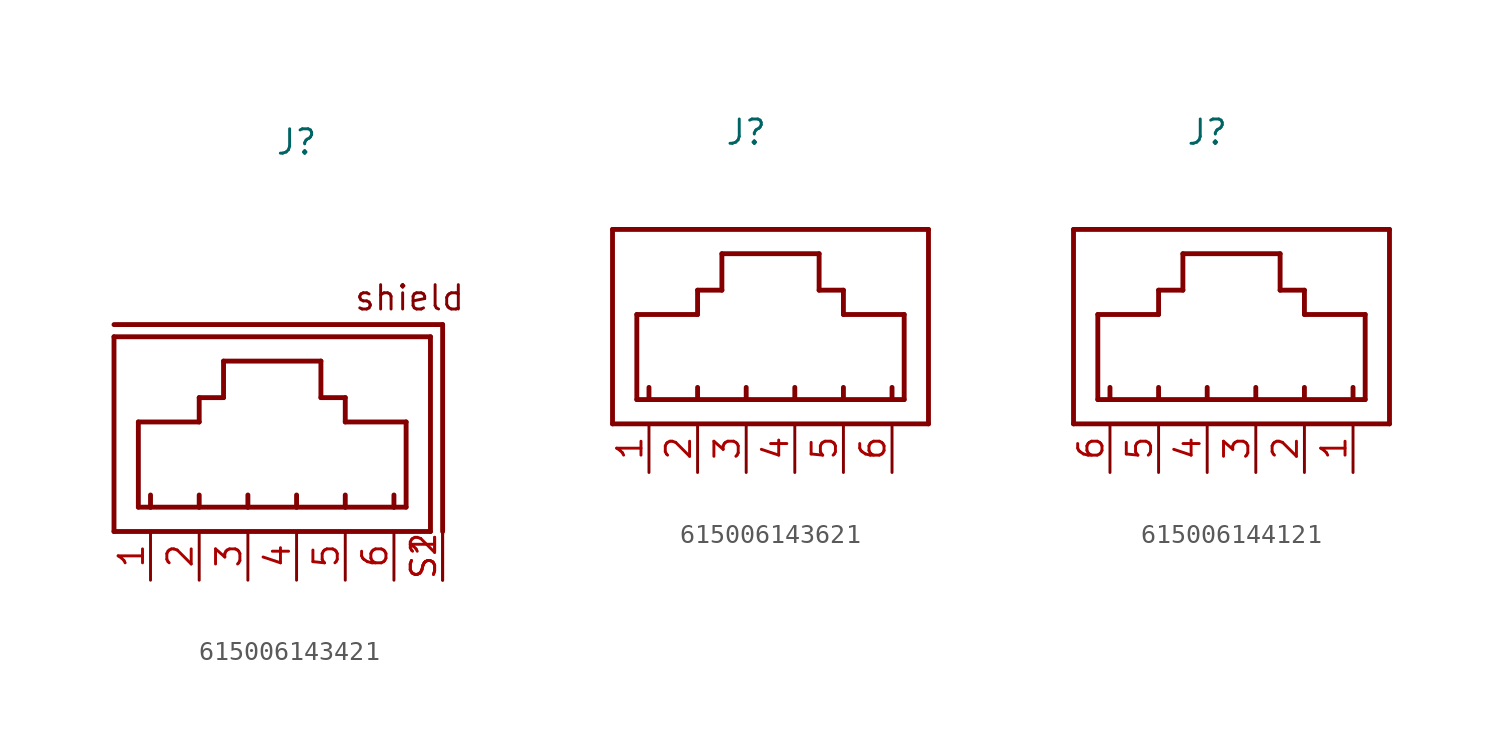
<source format=kicad_sym>
(kicad_symbol_lib
  (version 20241209)
  (generator "kicad_symbol_editor")
  (generator_version "9.0")
  (symbol "615006143421"
    (pin_names
      (hide yes))
    (property "Reference" "J"
      (at 0 15.24 0)
      (effects (font (size 1.27 1.27))))
    (symbol "615006143421_1_0"
      (polyline (pts (xy -9.525 5.715) (xy 7.62 5.715)) (stroke (width 0.254) (type solid)) (fill (type none)))
      (polyline (pts (xy -9.525 5.08) (xy 6.985 5.08)) (stroke (width 0.254) (type solid)) (fill (type none)))
      (polyline (pts (xy -9.525 -5.08) (xy -9.525 5.08)) (stroke (width 0.254) (type solid)) (fill (type none)))
      (polyline (pts (xy -8.255 0.635) (xy -5.08 0.635)) (stroke (width 0.254) (type solid)) (fill (type none)))
      (polyline (pts (xy -8.255 -3.81) (xy -8.255 0.635)) (stroke (width 0.254) (type solid)) (fill (type none)))
      (polyline (pts (xy -7.62 -3.81) (xy -8.255 -3.81)) (stroke (width 0.254) (type solid)) (fill (type none)))
      (polyline (pts (xy -7.62 -3.81) (xy -7.62 -3.175)) (stroke (width 0.254) (type solid)) (fill (type none)))
      (polyline (pts (xy -5.08 1.905) (xy -3.81 1.905)) (stroke (width 0.254) (type solid)) (fill (type none)))
      (polyline (pts (xy -5.08 0.635) (xy -5.08 1.905)) (stroke (width 0.254) (type solid)) (fill (type none)))
      (polyline (pts (xy -5.08 -3.81) (xy -7.62 -3.81)) (stroke (width 0.254) (type solid)) (fill (type none)))
      (polyline (pts (xy -5.08 -3.81) (xy -5.08 -3.175)) (stroke (width 0.254) (type solid)) (fill (type none)))
      (polyline (pts (xy -3.81 3.81) (xy 1.27 3.81)) (stroke (width 0.254) (type solid)) (fill (type none)))
      (polyline (pts (xy -3.81 1.905) (xy -3.81 3.81)) (stroke (width 0.254) (type solid)) (fill (type none)))
      (polyline (pts (xy -2.54 -3.81) (xy -5.08 -3.81)) (stroke (width 0.254) (type solid)) (fill (type none)))
      (polyline (pts (xy -2.54 -3.81) (xy -2.54 -3.175)) (stroke (width 0.254) (type solid)) (fill (type none)))
      (polyline (pts (xy 0 -3.81) (xy -2.54 -3.81)) (stroke (width 0.254) (type solid)) (fill (type none)))
      (polyline (pts (xy 0 -3.81) (xy 0 -3.175)) (stroke (width 0.254) (type solid)) (fill (type none)))
      (polyline (pts (xy 1.27 1.905) (xy 1.27 3.81)) (stroke (width 0.254) (type solid)) (fill (type none)))
      (polyline (pts (xy 2.54 1.905) (xy 1.27 1.905)) (stroke (width 0.254) (type solid)) (fill (type none)))
      (polyline (pts (xy 2.54 0.635) (xy 2.54 1.905)) (stroke (width 0.254) (type solid)) (fill (type none)))
      (polyline (pts (xy 2.54 -3.81) (xy 0 -3.81)) (stroke (width 0.254) (type solid)) (fill (type none)))
      (polyline (pts (xy 2.54 -3.81) (xy 2.54 -3.175)) (stroke (width 0.254) (type solid)) (fill (type none)))
      (polyline (pts (xy 5.08 -3.81) (xy 2.54 -3.81)) (stroke (width 0.254) (type solid)) (fill (type none)))
      (polyline (pts (xy 5.08 -3.81) (xy 5.08 -3.175)) (stroke (width 0.254) (type solid)) (fill (type none)))
      (polyline (pts (xy 5.715 0.635) (xy 2.54 0.635)) (stroke (width 0.254) (type solid)) (fill (type none)))
      (polyline (pts (xy 5.715 0.635) (xy 5.715 -3.81)) (stroke (width 0.254) (type solid)) (fill (type none)))
      (polyline (pts (xy 5.715 -3.81) (xy 5.08 -3.81)) (stroke (width 0.254) (type solid)) (fill (type none)))
      (polyline (pts (xy 6.985 5.08) (xy 6.985 -5.08)) (stroke (width 0.254) (type solid)) (fill (type none)))
      (polyline (pts (xy 6.985 -5.08) (xy -9.525 -5.08)) (stroke (width 0.254) (type solid)) (fill (type none)))
      (polyline (pts (xy 7.62 5.715) (xy 7.62 -5.08)) (stroke (width 0.254) (type solid)) (fill (type none)))
      (text "shield" (at 2.955 6.365 0) (effects (font (size 1.27 1.27)) (justify left bottom)))
      (pin passive line (at -7.62 -7.62 90) (length 2.54) (name "1" (effects (font (size 1.27 1.27)))) (number "1" (effects (font (size 1.27 1.27)))))
      (pin passive line (at -5.08 -7.62 90) (length 2.54) (name "2" (effects (font (size 1.27 1.27)))) (number "2" (effects (font (size 1.27 1.27)))))
      (pin passive line (at -2.54 -7.62 90) (length 2.54) (name "3" (effects (font (size 1.27 1.27)))) (number "3" (effects (font (size 1.27 1.27)))))
      (pin passive line (at 0 -7.62 90) (length 2.54) (name "4" (effects (font (size 1.27 1.27)))) (number "4" (effects (font (size 1.27 1.27)))))
      (pin passive line (at 2.54 -7.62 90) (length 2.54) (name "5" (effects (font (size 1.27 1.27)))) (number "5" (effects (font (size 1.27 1.27)))))
      (pin passive line (at 5.08 -7.62 90) (length 2.54) (name "6" (effects (font (size 1.27 1.27)))) (number "6" (effects (font (size 1.27 1.27)))))
      (pin passive line (at 7.62 -7.62 90) (length 2.54) (name "SHIELD" (effects (font (size 1.27 1.27)))) (number "S1" (effects (font (size 1.27 1.27)))))
      (pin passive line (at 7.62 -7.62 90) (length 2.54) (name "SHIELD" (effects (font (size 1.27 1.27)))) (number "S2" (effects (font (size 1.27 1.27)))))))
  (symbol "615006143621"
    (pin_names
      (hide yes))
    (property "Reference" "J"
      (at 0 10.16 0)
      (effects (font (size 1.27 1.27))))
    (symbol "615006143621_1_0"
      (polyline (pts (xy -6.985 5.08) (xy 9.525 5.08)) (stroke (width 0.254) (type solid)) (fill (type none)))
      (polyline (pts (xy -6.985 -5.08) (xy -6.985 5.08)) (stroke (width 0.254) (type solid)) (fill (type none)))
      (polyline (pts (xy -6.985 -5.08) (xy 9.525 -5.08)) (stroke (width 0.254) (type solid)) (fill (type none)))
      (polyline (pts (xy -5.715 0.635) (xy -2.54 0.635)) (stroke (width 0.254) (type solid)) (fill (type none)))
      (polyline (pts (xy -5.715 -3.81) (xy -5.715 0.635)) (stroke (width 0.254) (type solid)) (fill (type none)))
      (polyline (pts (xy -5.08 -3.81) (xy -5.715 -3.81)) (stroke (width 0.254) (type solid)) (fill (type none)))
      (polyline (pts (xy -5.08 -3.81) (xy -5.08 -3.175)) (stroke (width 0.254) (type solid)) (fill (type none)))
      (polyline (pts (xy -2.54 1.905) (xy -1.27 1.905)) (stroke (width 0.254) (type solid)) (fill (type none)))
      (polyline (pts (xy -2.54 0.635) (xy -2.54 1.905)) (stroke (width 0.254) (type solid)) (fill (type none)))
      (polyline (pts (xy -2.54 -3.81) (xy -5.08 -3.81)) (stroke (width 0.254) (type solid)) (fill (type none)))
      (polyline (pts (xy -2.54 -3.81) (xy -2.54 -3.175)) (stroke (width 0.254) (type solid)) (fill (type none)))
      (polyline (pts (xy -1.27 3.81) (xy 3.81 3.81)) (stroke (width 0.254) (type solid)) (fill (type none)))
      (polyline (pts (xy -1.27 1.905) (xy -1.27 3.81)) (stroke (width 0.254) (type solid)) (fill (type none)))
      (polyline (pts (xy 0 -3.81) (xy -2.54 -3.81)) (stroke (width 0.254) (type solid)) (fill (type none)))
      (polyline (pts (xy 0 -3.81) (xy 0 -3.175)) (stroke (width 0.254) (type solid)) (fill (type none)))
      (polyline (pts (xy 2.54 -3.81) (xy 0 -3.81)) (stroke (width 0.254) (type solid)) (fill (type none)))
      (polyline (pts (xy 2.54 -3.81) (xy 2.54 -3.175)) (stroke (width 0.254) (type solid)) (fill (type none)))
      (polyline (pts (xy 3.81 1.905) (xy 3.81 3.81)) (stroke (width 0.254) (type solid)) (fill (type none)))
      (polyline (pts (xy 5.08 1.905) (xy 3.81 1.905)) (stroke (width 0.254) (type solid)) (fill (type none)))
      (polyline (pts (xy 5.08 0.635) (xy 5.08 1.905)) (stroke (width 0.254) (type solid)) (fill (type none)))
      (polyline (pts (xy 5.08 -3.81) (xy 2.54 -3.81)) (stroke (width 0.254) (type solid)) (fill (type none)))
      (polyline (pts (xy 5.08 -3.81) (xy 5.08 -3.175)) (stroke (width 0.254) (type solid)) (fill (type none)))
      (polyline (pts (xy 7.62 -3.81) (xy 5.08 -3.81)) (stroke (width 0.254) (type solid)) (fill (type none)))
      (polyline (pts (xy 7.62 -3.81) (xy 7.62 -3.175)) (stroke (width 0.254) (type solid)) (fill (type none)))
      (polyline (pts (xy 8.255 0.635) (xy 5.08 0.635)) (stroke (width 0.254) (type solid)) (fill (type none)))
      (polyline (pts (xy 8.255 0.635) (xy 8.255 -3.81)) (stroke (width 0.254) (type solid)) (fill (type none)))
      (polyline (pts (xy 8.255 -3.81) (xy 7.62 -3.81)) (stroke (width 0.254) (type solid)) (fill (type none)))
      (polyline (pts (xy 9.525 5.08) (xy 9.525 -5.08)) (stroke (width 0.254) (type solid)) (fill (type none)))
      (pin passive line (at -5.08 -7.62 90) (length 2.54) (name "1" (effects (font (size 1.27 1.27)))) (number "1" (effects (font (size 1.27 1.27)))))
      (pin passive line (at -2.54 -7.62 90) (length 2.54) (name "2" (effects (font (size 1.27 1.27)))) (number "2" (effects (font (size 1.27 1.27)))))
      (pin passive line (at 0 -7.62 90) (length 2.54) (name "3" (effects (font (size 1.27 1.27)))) (number "3" (effects (font (size 1.27 1.27)))))
      (pin passive line (at 2.54 -7.62 90) (length 2.54) (name "4" (effects (font (size 1.27 1.27)))) (number "4" (effects (font (size 1.27 1.27)))))
      (pin passive line (at 5.08 -7.62 90) (length 2.54) (name "5" (effects (font (size 1.27 1.27)))) (number "5" (effects (font (size 1.27 1.27)))))
      (pin passive line (at 7.62 -7.62 90) (length 2.54) (name "6" (effects (font (size 1.27 1.27)))) (number "6" (effects (font (size 1.27 1.27)))))))
  (symbol "615006144121"
    (pin_names
      (hide yes))
    (property "Reference" "J"
      (at 0 10.16 0)
      (effects (font (size 1.27 1.27))))
    (symbol "615006144121_1_0"
      (polyline (pts (xy -6.985 5.08) (xy 9.525 5.08)) (stroke (width 0.254) (type solid)) (fill (type none)))
      (polyline (pts (xy -6.985 -5.08) (xy -6.985 5.08)) (stroke (width 0.254) (type solid)) (fill (type none)))
      (polyline (pts (xy -5.715 0.635) (xy -2.54 0.635)) (stroke (width 0.254) (type solid)) (fill (type none)))
      (polyline (pts (xy -5.715 -3.81) (xy -5.715 0.635)) (stroke (width 0.254) (type solid)) (fill (type none)))
      (polyline (pts (xy -5.08 -3.81) (xy -5.715 -3.81)) (stroke (width 0.254) (type solid)) (fill (type none)))
      (polyline (pts (xy -5.08 -3.81) (xy -5.08 -3.175)) (stroke (width 0.254) (type solid)) (fill (type none)))
      (polyline (pts (xy -2.54 1.905) (xy -1.27 1.905)) (stroke (width 0.254) (type solid)) (fill (type none)))
      (polyline (pts (xy -2.54 0.635) (xy -2.54 1.905)) (stroke (width 0.254) (type solid)) (fill (type none)))
      (polyline (pts (xy -2.54 -3.81) (xy -5.08 -3.81)) (stroke (width 0.254) (type solid)) (fill (type none)))
      (polyline (pts (xy -2.54 -3.81) (xy -2.54 -3.175)) (stroke (width 0.254) (type solid)) (fill (type none)))
      (polyline (pts (xy -1.27 3.81) (xy 3.81 3.81)) (stroke (width 0.254) (type solid)) (fill (type none)))
      (polyline (pts (xy -1.27 1.905) (xy -1.27 3.81)) (stroke (width 0.254) (type solid)) (fill (type none)))
      (polyline (pts (xy 0 -3.81) (xy -2.54 -3.81)) (stroke (width 0.254) (type solid)) (fill (type none)))
      (polyline (pts (xy 0 -3.81) (xy 0 -3.175)) (stroke (width 0.254) (type solid)) (fill (type none)))
      (polyline (pts (xy 2.54 -3.81) (xy 0 -3.81)) (stroke (width 0.254) (type solid)) (fill (type none)))
      (polyline (pts (xy 2.54 -3.81) (xy 2.54 -3.175)) (stroke (width 0.254) (type solid)) (fill (type none)))
      (polyline (pts (xy 3.81 1.905) (xy 3.81 3.81)) (stroke (width 0.254) (type solid)) (fill (type none)))
      (polyline (pts (xy 5.08 1.905) (xy 3.81 1.905)) (stroke (width 0.254) (type solid)) (fill (type none)))
      (polyline (pts (xy 5.08 0.635) (xy 5.08 1.905)) (stroke (width 0.254) (type solid)) (fill (type none)))
      (polyline (pts (xy 5.08 -3.81) (xy 2.54 -3.81)) (stroke (width 0.254) (type solid)) (fill (type none)))
      (polyline (pts (xy 5.08 -3.81) (xy 5.08 -3.175)) (stroke (width 0.254) (type solid)) (fill (type none)))
      (polyline (pts (xy 7.62 -3.81) (xy 5.08 -3.81)) (stroke (width 0.254) (type solid)) (fill (type none)))
      (polyline (pts (xy 7.62 -3.81) (xy 7.62 -3.175)) (stroke (width 0.254) (type solid)) (fill (type none)))
      (polyline (pts (xy 8.255 0.635) (xy 5.08 0.635)) (stroke (width 0.254) (type solid)) (fill (type none)))
      (polyline (pts (xy 8.255 0.635) (xy 8.255 -3.81)) (stroke (width 0.254) (type solid)) (fill (type none)))
      (polyline (pts (xy 8.255 -3.81) (xy 7.62 -3.81)) (stroke (width 0.254) (type solid)) (fill (type none)))
      (polyline (pts (xy 9.525 5.08) (xy 9.525 -5.08)) (stroke (width 0.254) (type solid)) (fill (type none)))
      (polyline (pts (xy 9.525 -5.08) (xy -6.985 -5.08)) (stroke (width 0.254) (type solid)) (fill (type none)))
      (pin passive line (at -5.08 -7.62 90) (length 2.54) (name "6" (effects (font (size 1.27 1.27)))) (number "6" (effects (font (size 1.27 1.27)))))
      (pin passive line (at -2.54 -7.62 90) (length 2.54) (name "5" (effects (font (size 1.27 1.27)))) (number "5" (effects (font (size 1.27 1.27)))))
      (pin passive line (at 0 -7.62 90) (length 2.54) (name "4" (effects (font (size 1.27 1.27)))) (number "4" (effects (font (size 1.27 1.27)))))
      (pin passive line (at 2.54 -7.62 90) (length 2.54) (name "3" (effects (font (size 1.27 1.27)))) (number "3" (effects (font (size 1.27 1.27)))))
      (pin passive line (at 5.08 -7.62 90) (length 2.54) (name "2" (effects (font (size 1.27 1.27)))) (number "2" (effects (font (size 1.27 1.27)))))
      (pin passive line (at 7.62 -7.62 90) (length 2.54) (name "1" (effects (font (size 1.27 1.27)))) (number "1" (effects (font (size 1.27 1.27))))))))
</source>
